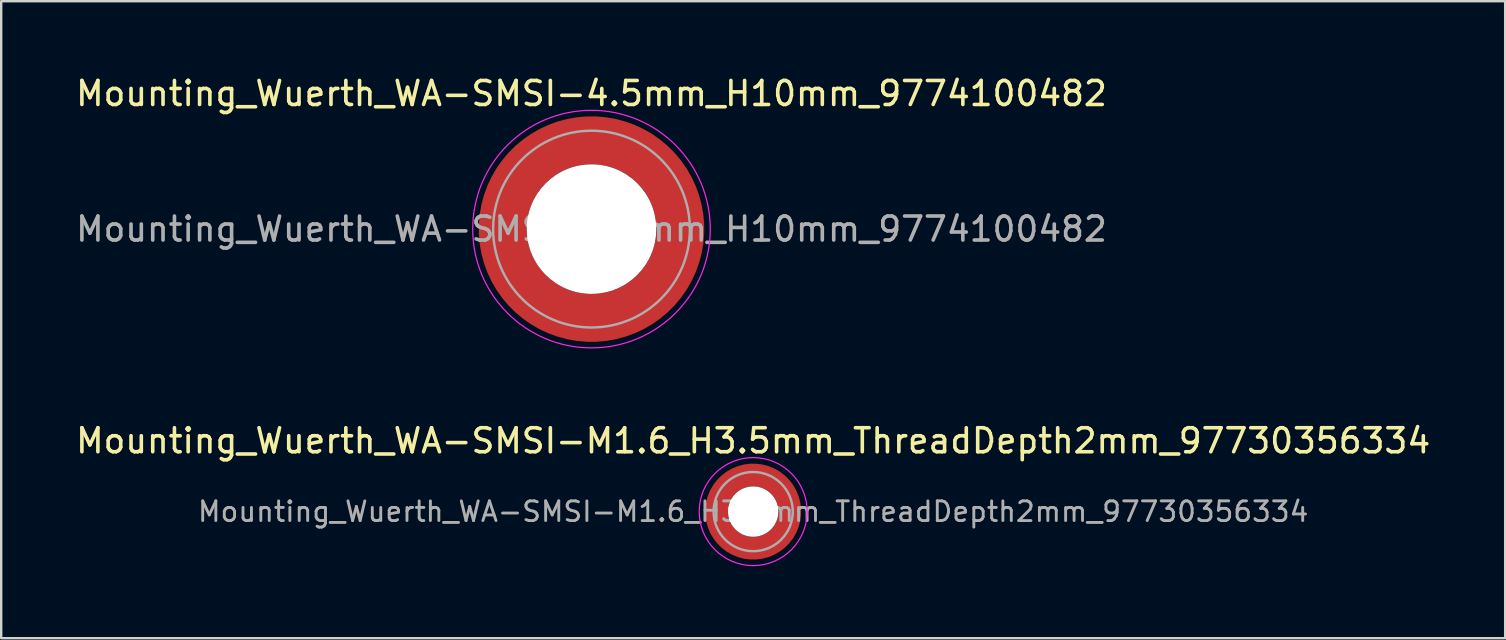
<source format=kicad_pcb>
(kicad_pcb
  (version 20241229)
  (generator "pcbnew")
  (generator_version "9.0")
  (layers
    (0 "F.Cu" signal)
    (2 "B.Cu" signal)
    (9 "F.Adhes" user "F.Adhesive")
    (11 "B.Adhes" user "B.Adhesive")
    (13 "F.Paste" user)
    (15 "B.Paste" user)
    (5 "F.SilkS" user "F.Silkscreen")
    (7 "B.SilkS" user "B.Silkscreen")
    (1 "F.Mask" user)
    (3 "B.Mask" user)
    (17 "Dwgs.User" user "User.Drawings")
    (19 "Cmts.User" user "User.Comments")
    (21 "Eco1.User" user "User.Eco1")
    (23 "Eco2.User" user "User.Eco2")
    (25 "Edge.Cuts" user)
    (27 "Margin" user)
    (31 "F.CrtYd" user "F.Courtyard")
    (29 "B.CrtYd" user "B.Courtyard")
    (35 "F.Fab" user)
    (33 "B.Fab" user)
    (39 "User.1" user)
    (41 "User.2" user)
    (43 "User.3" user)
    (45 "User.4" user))
  (footprint "Mounting_Wuerth_WA-SMSI-4.5mm_H10mm_9774100482"
    (layer "F.Cu")
    (at 21.601 6.498)
    (property "Reference" "Mounting_Wuerth_WA-SMSI-4.5mm_H10mm_9774100482" (at 0 -5.65 0) (layer "F.SilkS") (effects (font (size 1 1) (thickness 0.15))))
    (attr smd)
    (fp_circle (center 0 0) (end 4.95 0) (stroke (width 0.05) (type solid)) (fill no) (layer "F.CrtYd"))
    (fp_circle (center 0 0) (end 4.1 0) (stroke (width 0.1) (type solid)) (fill no) (layer "F.Fab"))
    (fp_text user "${REFERENCE}" (at 0 0 0) (layer "F.Fab") (effects (font (size 1 1) (thickness 0.15))))
    (pad "" smd custom (at -2.607 -2.607) (size 1.495 1.495) (layers "F.Paste") (options (anchor circle)) (primitives (gr_arc (start -0.188183 2.107456) (mid 0.598928 0.599619) (end 2.106494 -0.188011) (width 0.2)) (gr_arc (start -0.289416 2.107456) (mid 0.528508 0.529033) (end 2.106724 -0.28929) (width 0.2)) (gr_arc (start -0.390547 2.107456) (mid 0.457087 0.459449) (end 2.104161 -0.389996) (width 0.2)) (gr_arc (start -0.491585 2.107456) (mid 0.386415 0.389116) (end 2.103685 -0.490974) (width 0.2)) (gr_arc (start -0.59254 2.107456) (mid 0.31649 0.318035) (end 2.105297 -0.592202) (width 0.2)) (gr_arc (start -0.693419 2.107456) (mid 0.245252 0.248268) (end 2.103239 -0.692777) (width 0.2)) (gr_arc (start -0.794229 2.107456) (mid 0.174636 0.177878) (end 2.102921 -0.793559) (width 0.2)) (gr_arc (start -0.894975 2.107456) (mid 0.104643 0.106866) (end 2.104343 -0.894529) (width 0.2)) (gr_arc (start -0.995664 2.107456) (mid 0.033026 0.037479) (end 2.101219 -0.994793) (width 0.2)) (gr_arc (start -1.0963 2.107456) (mid -0.035789 -0.034714) (end 2.105949 -1.096096) (width 0.2)) (gr_arc (start -1.196886 2.107456) (mid -0.106351 -0.105157) (end 2.105783 -1.196666) (width 0.2)) (gr_arc (start -1.297427 2.107456) (mid -0.176416 -0.176097) (end 2.107009 -1.29737) (width 0.2)) (gr_arc (start -1.397927 2.107456) (mid -0.248476 -0.245042) (end 2.102638 -1.397323) (width 0.2)) (gr_arc (start -1.498388 2.107456) (mid -0.317612 -0.316913) (end 2.106475 -1.498268) (width 0.2)) (gr_arc (start -1.598813 2.107456) (mid -0.388865 -0.386665) (end 2.104366 -1.598444) (width 0.2)) (gr_arc (start -1.699204 2.107456) (mid -0.459747 -0.456787) (end 2.103299 -1.698719) (width 0.2)) (gr_arc (start -1.799565 2.107456) (mid -0.530257 -0.527283) (end 2.103277 -1.799089) (width 0.2)) (gr_arc (start -1.899896 2.107456) (mid -0.600396 -0.59815) (end 2.104299 -1.899545) (width 0.2)) (gr_arc (start -1.899896 2.107456) (mid -0.600396 -0.59815) (end 2.104299 -1.899545) (width 0.2)) (gr_line (start 2.107 -0.188) (end 2.107 -1.9) (width 0.2)) (gr_line (start -0.188 2.107) (end -1.9 2.107) (width 0.2))))
    (pad "" smd custom (at -2.607 2.607) (size 1.495 1.495) (layers "F.Paste") (options (anchor circle)) (primitives (gr_arc (start 2.107456 0.188183) (mid 0.599619 -0.598928) (end -0.188011 -2.106494) (width 0.2)) (gr_arc (start 2.107456 0.289416) (mid 0.529033 -0.528508) (end -0.28929 -2.106724) (width 0.2)) (gr_arc (start 2.107456 0.390547) (mid 0.459449 -0.457087) (end -0.389996 -2.104161) (width 0.2)) (gr_arc (start 2.107456 0.491585) (mid 0.389116 -0.386415) (end -0.490974 -2.103685) (width 0.2)) (gr_arc (start 2.107456 0.59254) (mid 0.318035 -0.31649) (end -0.592202 -2.105297) (width 0.2)) (gr_arc (start 2.107456 0.693419) (mid 0.248268 -0.245252) (end -0.692777 -2.103239) (width 0.2)) (gr_arc (start 2.107456 0.794229) (mid 0.177878 -0.174636) (end -0.793559 -2.102921) (width 0.2)) (gr_arc (start 2.107456 0.894975) (mid 0.106866 -0.104643) (end -0.894529 -2.104343) (width 0.2)) (gr_arc (start 2.107456 0.995664) (mid 0.037479 -0.033026) (end -0.994793 -2.101219) (width 0.2)) (gr_arc (start 2.107456 1.0963) (mid -0.034714 0.035789) (end -1.096096 -2.105949) (width 0.2)) (gr_arc (start 2.107456 1.196886) (mid -0.105157 0.106351) (end -1.196666 -2.105783) (width 0.2)) (gr_arc (start 2.107456 1.297427) (mid -0.176097 0.176416) (end -1.29737 -2.107009) (width 0.2)) (gr_arc (start 2.107456 1.397927) (mid -0.245042 0.248476) (end -1.397323 -2.102638) (width 0.2)) (gr_arc (start 2.107456 1.498388) (mid -0.316913 0.317612) (end -1.498268 -2.106475) (width 0.2)) (gr_arc (start 2.107456 1.598813) (mid -0.386665 0.388865) (end -1.598444 -2.104366) (width 0.2)) (gr_arc (start 2.107456 1.699204) (mid -0.456787 0.459747) (end -1.698719 -2.103299) (width 0.2)) (gr_arc (start 2.107456 1.799565) (mid -0.527283 0.530257) (end -1.799089 -2.103277) (width 0.2)) (gr_arc (start 2.107456 1.899896) (mid -0.59815 0.600396) (end -1.899545 -2.104299) (width 0.2)) (gr_arc (start 2.107456 1.899896) (mid -0.59815 0.600396) (end -1.899545 -2.104299) (width 0.2)) (gr_line (start -0.188 -2.107) (end -1.9 -2.107) (width 0.2)) (gr_line (start 2.107 0.188) (end 2.107 1.9) (width 0.2))))
    (pad "" np_thru_hole circle (at 0 0) (size 5.4 5.4) (drill 5.4) (layers "*.Cu" "*.Mask"))
    (pad "" smd custom (at 2.607 -2.607) (size 1.495 1.495) (layers "F.Paste") (options (anchor circle)) (primitives (gr_arc (start -2.107456 -0.188183) (mid -0.599619 0.598928) (end 0.188011 2.106494) (width 0.2)) (gr_arc (start -2.107456 -0.289416) (mid -0.529033 0.528508) (end 0.28929 2.106724) (width 0.2)) (gr_arc (start -2.107456 -0.390547) (mid -0.459449 0.457087) (end 0.389996 2.104161) (width 0.2)) (gr_arc (start -2.107456 -0.491585) (mid -0.389116 0.386415) (end 0.490974 2.103685) (width 0.2)) (gr_arc (start -2.107456 -0.59254) (mid -0.318035 0.31649) (end 0.592202 2.105297) (width 0.2)) (gr_arc (start -2.107456 -0.693419) (mid -0.248268 0.245252) (end 0.692777 2.103239) (width 0.2)) (gr_arc (start -2.107456 -0.794229) (mid -0.177878 0.174636) (end 0.793559 2.102921) (width 0.2)) (gr_arc (start -2.107456 -0.894975) (mid -0.106866 0.104643) (end 0.894529 2.104343) (width 0.2)) (gr_arc (start -2.107456 -0.995664) (mid -0.037479 0.033026) (end 0.994793 2.101219) (width 0.2)) (gr_arc (start -2.107456 -1.0963) (mid 0.034714 -0.035789) (end 1.096096 2.105949) (width 0.2)) (gr_arc (start -2.107456 -1.196886) (mid 0.105157 -0.106351) (end 1.196666 2.105783) (width 0.2)) (gr_arc (start -2.107456 -1.297427) (mid 0.176097 -0.176416) (end 1.29737 2.107009) (width 0.2)) (gr_arc (start -2.107456 -1.397927) (mid 0.245042 -0.248476) (end 1.397323 2.102638) (width 0.2)) (gr_arc (start -2.107456 -1.498388) (mid 0.316913 -0.317612) (end 1.498268 2.106475) (width 0.2)) (gr_arc (start -2.107456 -1.598813) (mid 0.386665 -0.388865) (end 1.598444 2.104366) (width 0.2)) (gr_arc (start -2.107456 -1.699204) (mid 0.456787 -0.459747) (end 1.698719 2.103299) (width 0.2)) (gr_arc (start -2.107456 -1.799565) (mid 0.527283 -0.530257) (end 1.799089 2.103277) (width 0.2)) (gr_arc (start -2.107456 -1.899896) (mid 0.59815 -0.600396) (end 1.899545 2.104299) (width 0.2)) (gr_arc (start -2.107456 -1.899896) (mid 0.59815 -0.600396) (end 1.899545 2.104299) (width 0.2)) (gr_line (start 0.188 2.107) (end 1.9 2.107) (width 0.2)) (gr_line (start -2.107 -0.188) (end -2.107 -1.9) (width 0.2))))
    (pad "" smd custom (at 2.607 2.607) (size 1.495 1.495) (layers "F.Paste") (options (anchor circle)) (primitives (gr_arc (start 0.188183 -2.107456) (mid -0.598928 -0.599619) (end -2.106494 0.188011) (width 0.2)) (gr_arc (start 0.289416 -2.107456) (mid -0.528508 -0.529033) (end -2.106724 0.28929) (width 0.2)) (gr_arc (start 0.390547 -2.107456) (mid -0.457087 -0.459449) (end -2.104161 0.389996) (width 0.2)) (gr_arc (start 0.491585 -2.107456) (mid -0.386415 -0.389116) (end -2.103685 0.490974) (width 0.2)) (gr_arc (start 0.59254 -2.107456) (mid -0.31649 -0.318035) (end -2.105297 0.592202) (width 0.2)) (gr_arc (start 0.693419 -2.107456) (mid -0.245252 -0.248268) (end -2.103239 0.692777) (width 0.2)) (gr_arc (start 0.794229 -2.107456) (mid -0.174636 -0.177878) (end -2.102921 0.793559) (width 0.2)) (gr_arc (start 0.894975 -2.107456) (mid -0.104643 -0.106866) (end -2.104343 0.894529) (width 0.2)) (gr_arc (start 0.995664 -2.107456) (mid -0.033026 -0.037479) (end -2.101219 0.994793) (width 0.2)) (gr_arc (start 1.0963 -2.107456) (mid 0.035789 0.034714) (end -2.105949 1.096096) (width 0.2)) (gr_arc (start 1.196886 -2.107456) (mid 0.106351 0.105157) (end -2.105783 1.196666) (width 0.2)) (gr_arc (start 1.297427 -2.107456) (mid 0.176416 0.176097) (end -2.107009 1.29737) (width 0.2)) (gr_arc (start 1.397927 -2.107456) (mid 0.248476 0.245042) (end -2.102638 1.397323) (width 0.2)) (gr_arc (start 1.498388 -2.107456) (mid 0.317612 0.316913) (end -2.106475 1.498268) (width 0.2)) (gr_arc (start 1.598813 -2.107456) (mid 0.388865 0.386665) (end -2.104366 1.598444) (width 0.2)) (gr_arc (start 1.699204 -2.107456) (mid 0.459747 0.456787) (end -2.103299 1.698719) (width 0.2)) (gr_arc (start 1.799565 -2.107456) (mid 0.530257 0.527283) (end -2.103277 1.799089) (width 0.2)) (gr_arc (start 1.899896 -2.107456) (mid 0.600396 0.59815) (end -2.104299 1.899545) (width 0.2)) (gr_arc (start 1.899896 -2.107456) (mid 0.600396 0.59815) (end -2.104299 1.899545) (width 0.2)) (gr_line (start -2.107 0.188) (end -2.107 1.9) (width 0.2)) (gr_line (start 0.188 -2.107) (end 1.9 -2.107) (width 0.2))))
    (pad "1" smd circle (at -3.7 0) (size 1.6 1.6) (layers "F.Cu"))
    (pad "1" smd circle (at 0 -3.7) (size 1.6 1.6) (layers "F.Cu"))
    (pad "1" smd circle (at 0 3.7) (size 1.6 1.6) (layers "F.Cu"))
    (pad "1" smd custom (at 3.7 0) (size 1.6 1.6) (layers "F.Cu" "F.Mask") (options (anchor circle)) (primitives (gr_circle (center -3.7 0) (end 0 0) (width 2) (fill no)))))
  (footprint "Mounting_Wuerth_WA-SMSI-M1.6_H3.5mm_ThreadDepth2mm_97730356334"
    (layer "F.Cu")
    (at 28.339 18.271)
    (property "Reference" "Mounting_Wuerth_WA-SMSI-M1.6_H3.5mm_ThreadDepth2mm_97730356334" (at 0 -2.95 0) (layer "F.SilkS") (effects (font (size 1 1) (thickness 0.15))))
    (attr smd)
    (fp_circle (center 0 0) (end 2.25 0) (stroke (width 0.05) (type solid)) (fill no) (layer "F.CrtYd"))
    (fp_circle (center 0 0) (end 1.65 0) (stroke (width 0.1) (type solid)) (fill no) (layer "F.Fab"))
    (fp_text user "${REFERENCE}" (at 0 0 0) (layer "F.Fab") (effects (font (size 0.82 0.82) (thickness 0.12))))
    (pad "" smd custom (at -1.061 -1.061) (size 0.4 0.4) (layers "F.Paste") (options (anchor circle)) (primitives (gr_arc (start -0.101235 0.76066) (mid 0.211799 0.212465) (end 0.759748 -0.100999) (width 0.2)) (gr_arc (start -0.204251 0.76066) (mid 0.141299 0.141544) (end 0.760323 -0.204171) (width 0.2)) (gr_arc (start -0.306819 0.76066) (mid 0.070255 0.071167) (end 0.759401 -0.306542) (width 0.2)) (gr_arc (start -0.409034 0.76066) (mid -0.000242 0.000241) (end 0.759991 -0.408897) (width 0.2)) (gr_arc (start -0.510963 0.76066) (mid -0.071561 -0.06986) (end 0.758297 -0.51051) (width 0.2)) (gr_arc (start -0.61266 0.76066) (mid -0.142171 -0.140671) (end 0.758572 -0.612284) (width 0.2)) (gr_arc (start -0.714164 0.76066) (mid -0.212264 -0.212) (end 0.760292 -0.714102) (width 0.2)) (gr_line (start 0.761 -0.101) (end 0.761 -0.714) (width 0.2)) (gr_line (start -0.101 0.761) (end -0.714 0.761) (width 0.2))))
    (pad "" smd custom (at -1.061 1.061) (size 0.4 0.4) (layers "F.Paste") (options (anchor circle)) (primitives (gr_arc (start 0.76066 0.101235) (mid 0.212465 -0.211799) (end -0.100999 -0.759748) (width 0.2)) (gr_arc (start 0.76066 0.204251) (mid 0.141544 -0.141299) (end -0.204171 -0.760323) (width 0.2)) (gr_arc (start 0.76066 0.306819) (mid 0.071167 -0.070255) (end -0.306542 -0.759401) (width 0.2)) (gr_arc (start 0.76066 0.409034) (mid 0.000241 0.000242) (end -0.408897 -0.759991) (width 0.2)) (gr_arc (start 0.76066 0.510963) (mid -0.06986 0.071561) (end -0.51051 -0.758297) (width 0.2)) (gr_arc (start 0.76066 0.61266) (mid -0.140671 0.142171) (end -0.612284 -0.758572) (width 0.2)) (gr_arc (start 0.76066 0.714164) (mid -0.212 0.212264) (end -0.714102 -0.760292) (width 0.2)) (gr_line (start -0.101 -0.761) (end -0.714 -0.761) (width 0.2)) (gr_line (start 0.761 0.101) (end 0.761 0.714) (width 0.2))))
    (pad "" np_thru_hole circle (at 0 0) (size 2.1 2.1) (drill 2.1) (layers "*.Cu" "*.Mask"))
    (pad "" smd custom (at 1.061 -1.061) (size 0.4 0.4) (layers "F.Paste") (options (anchor circle)) (primitives (gr_arc (start -0.76066 -0.101235) (mid -0.212465 0.211799) (end 0.100999 0.759748) (width 0.2)) (gr_arc (start -0.76066 -0.204251) (mid -0.141544 0.141299) (end 0.204171 0.760323) (width 0.2)) (gr_arc (start -0.76066 -0.306819) (mid -0.071167 0.070255) (end 0.306542 0.759401) (width 0.2)) (gr_arc (start -0.76066 -0.409034) (mid -0.000241 -0.000242) (end 0.408897 0.759991) (width 0.2)) (gr_arc (start -0.76066 -0.510963) (mid 0.06986 -0.071561) (end 0.51051 0.758297) (width 0.2)) (gr_arc (start -0.76066 -0.61266) (mid 0.140671 -0.142171) (end 0.612284 0.758572) (width 0.2)) (gr_arc (start -0.76066 -0.714164) (mid 0.212 -0.212264) (end 0.714102 0.760292) (width 0.2)) (gr_line (start 0.101 0.761) (end 0.714 0.761) (width 0.2)) (gr_line (start -0.761 -0.101) (end -0.761 -0.714) (width 0.2))))
    (pad "" smd custom (at 1.061 1.061) (size 0.4 0.4) (layers "F.Paste") (options (anchor circle)) (primitives (gr_arc (start 0.101235 -0.76066) (mid -0.211799 -0.212465) (end -0.759748 0.100999) (width 0.2)) (gr_arc (start 0.204251 -0.76066) (mid -0.141299 -0.141544) (end -0.760323 0.204171) (width 0.2)) (gr_arc (start 0.306819 -0.76066) (mid -0.070255 -0.071167) (end -0.759401 0.306542) (width 0.2)) (gr_arc (start 0.409034 -0.76066) (mid 0.000242 -0.000241) (end -0.759991 0.408897) (width 0.2)) (gr_arc (start 0.510963 -0.76066) (mid 0.071561 0.06986) (end -0.758297 0.51051) (width 0.2)) (gr_arc (start 0.61266 -0.76066) (mid 0.142171 0.140671) (end -0.758572 0.612284) (width 0.2)) (gr_arc (start 0.714164 -0.76066) (mid 0.212264 0.212) (end -0.760292 0.714102) (width 0.2)) (gr_line (start -0.761 0.101) (end -0.761 0.714) (width 0.2)) (gr_line (start 0.101 -0.761) (end 0.714 -0.761) (width 0.2))))
    (pad "1" smd circle (at -1.525 0) (size 0.55 0.55) (layers "F.Cu"))
    (pad "1" smd circle (at 0 -1.525) (size 0.55 0.55) (layers "F.Cu"))
    (pad "1" smd circle (at 0 1.525) (size 0.55 0.55) (layers "F.Cu"))
    (pad "1" smd custom (at 1.525 0) (size 0.55 0.55) (layers "F.Cu" "F.Mask") (options (anchor circle)) (primitives (gr_circle (center -1.525 0) (end 0 0) (width 0.95) (fill no)))))
  (gr_rect
    (start -3 -3)
    (end 59.679 23.547)
    (stroke (width 0.1) (type default))
    (fill no)
    (layer "Edge.Cuts")))
</source>
